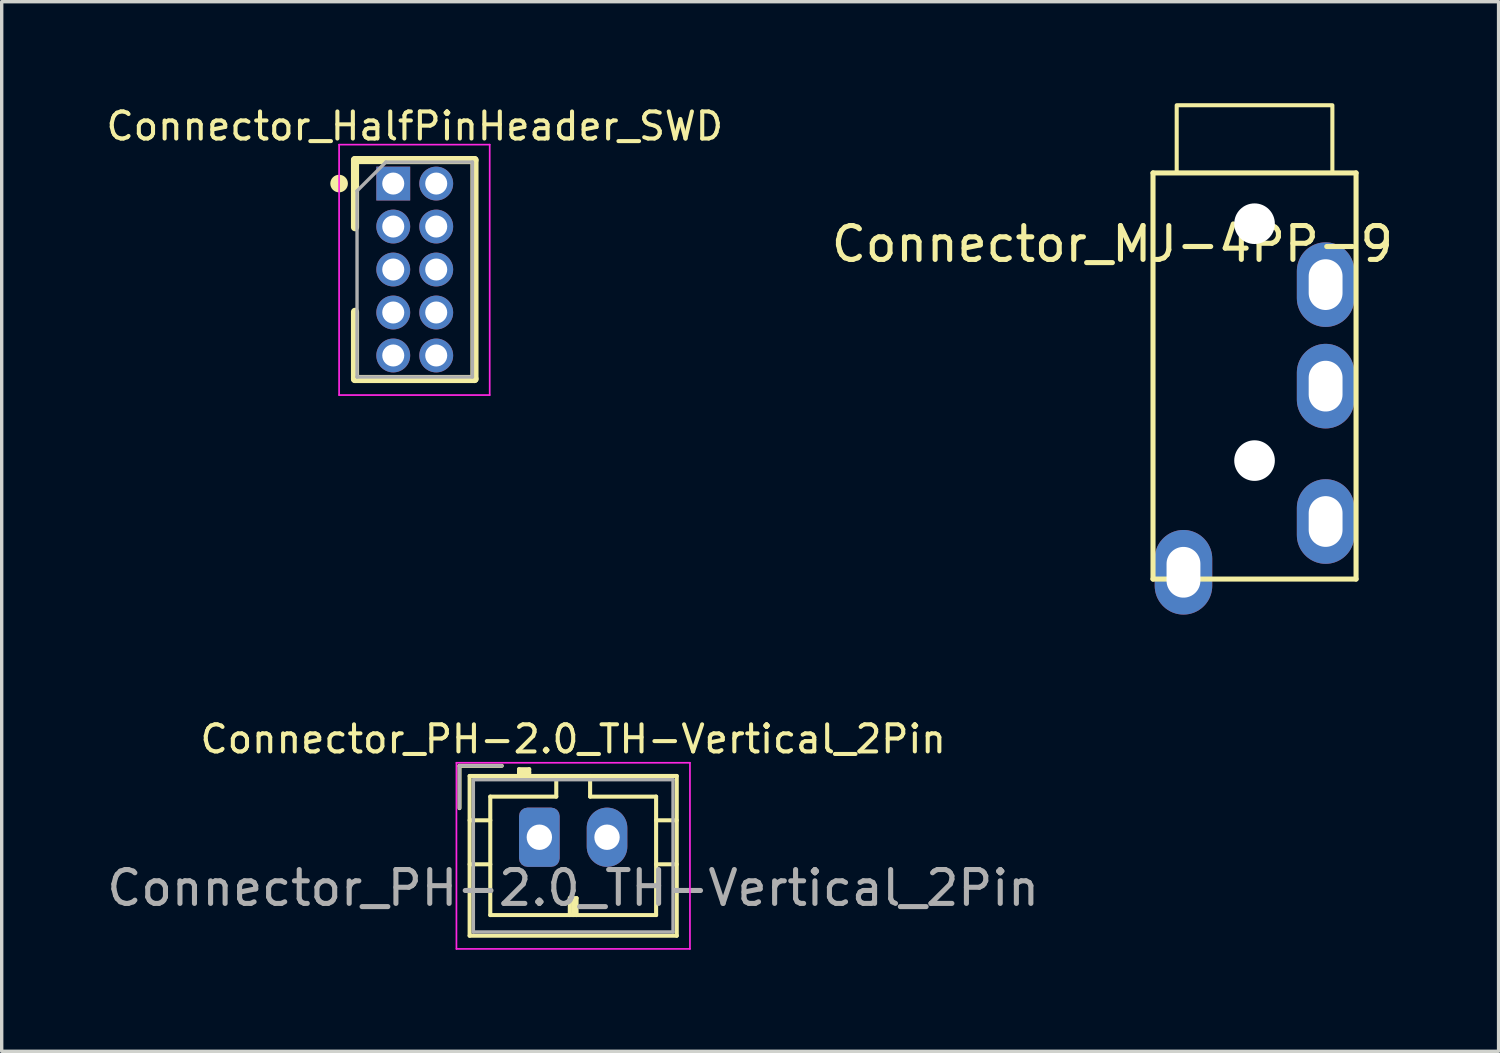
<source format=kicad_pcb>
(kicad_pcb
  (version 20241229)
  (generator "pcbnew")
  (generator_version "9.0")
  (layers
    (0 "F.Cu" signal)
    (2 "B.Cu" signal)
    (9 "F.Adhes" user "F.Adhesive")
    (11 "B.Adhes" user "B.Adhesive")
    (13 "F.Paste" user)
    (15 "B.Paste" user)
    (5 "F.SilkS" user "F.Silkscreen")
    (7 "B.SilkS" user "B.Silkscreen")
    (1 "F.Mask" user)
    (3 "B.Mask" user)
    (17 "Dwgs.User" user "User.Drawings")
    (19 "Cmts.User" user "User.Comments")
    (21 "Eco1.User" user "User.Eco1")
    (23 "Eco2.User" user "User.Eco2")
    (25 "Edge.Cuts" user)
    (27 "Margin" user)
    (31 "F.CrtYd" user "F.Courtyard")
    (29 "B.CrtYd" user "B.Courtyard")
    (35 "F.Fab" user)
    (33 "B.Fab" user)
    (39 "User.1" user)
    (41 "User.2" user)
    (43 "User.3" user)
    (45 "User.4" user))
  (footprint "Connector_HalfPinHeader_SWD"
    (layer "F.Cu")
    (at 8.57 2.374)
    (property "Reference" "Connector_HalfPinHeader_SWD" (at 0.635 -1.695 0) (layer "F.SilkS") (effects (font (size 0.8 0.8) (thickness 0.12))))
    (attr through_hole)
    (fp_line (start -1.13 -0.695) (end -1.13 1.29) (stroke (width 0.24) (type solid)) (layer "F.SilkS"))
    (fp_line (start -1.13 -0.695) (end 2.4 -0.695) (stroke (width 0.24) (type solid)) (layer "F.SilkS"))
    (fp_line (start -1.13 3.79) (end -1.13 5.775) (stroke (width 0.24) (type solid)) (layer "F.SilkS"))
    (fp_line (start -1.13 5.775) (end 2.4 5.775) (stroke (width 0.24) (type solid)) (layer "F.SilkS"))
    (fp_line (start 2.4 -0.695) (end 2.4 5.775) (stroke (width 0.24) (type solid)) (layer "F.SilkS"))
    (fp_circle (center -1.6 0) (end -1.4 0) (stroke (width 0.12) (type solid)) (fill yes) (layer "F.SilkS"))
    (fp_line (start -1.6 -1.15) (end -1.6 6.25) (stroke (width 0.05) (type solid)) (layer "F.CrtYd"))
    (fp_line (start -1.6 6.25) (end 2.85 6.25) (stroke (width 0.05) (type solid)) (layer "F.CrtYd"))
    (fp_line (start 2.85 -1.15) (end -1.6 -1.15) (stroke (width 0.05) (type solid)) (layer "F.CrtYd"))
    (fp_line (start 2.85 6.25) (end 2.85 -1.15) (stroke (width 0.05) (type solid)) (layer "F.CrtYd"))
    (fp_line (start -1.07 0.217) (end -0.217 -0.635) (stroke (width 0.1) (type solid)) (layer "F.Fab"))
    (fp_line (start -1.07 5.715) (end -1.07 0.217) (stroke (width 0.1) (type solid)) (layer "F.Fab"))
    (fp_line (start -0.217 -0.635) (end 2.34 -0.635) (stroke (width 0.1) (type solid)) (layer "F.Fab"))
    (fp_line (start 2.34 -0.635) (end 2.34 5.715) (stroke (width 0.1) (type solid)) (layer "F.Fab"))
    (fp_line (start 2.34 5.715) (end -1.07 5.715) (stroke (width 0.1) (type solid)) (layer "F.Fab"))
    (pad "1" thru_hole rect (at 0 0) (size 1 1) (drill 0.65) (layers "*.Cu" "*.Mask"))
    (pad "2" thru_hole oval (at 1.27 0) (size 1 1) (drill 0.65) (layers "*.Cu" "*.Mask"))
    (pad "3" thru_hole oval (at 0 1.27) (size 1 1) (drill 0.65) (layers "*.Cu" "*.Mask"))
    (pad "4" thru_hole oval (at 1.27 1.27) (size 1 1) (drill 0.65) (layers "*.Cu" "*.Mask"))
    (pad "5" thru_hole oval (at 0 2.54) (size 1 1) (drill 0.65) (layers "*.Cu" "*.Mask"))
    (pad "6" thru_hole oval (at 1.27 2.54) (size 1 1) (drill 0.65) (layers "*.Cu" "*.Mask"))
    (pad "7" thru_hole oval (at 0 3.81) (size 1 1) (drill 0.65) (layers "*.Cu" "*.Mask"))
    (pad "8" thru_hole oval (at 1.27 3.81) (size 1 1) (drill 0.65) (layers "*.Cu" "*.Mask"))
    (pad "9" thru_hole oval (at 0 5.08) (size 1 1) (drill 0.65) (layers "*.Cu" "*.Mask"))
    (pad "10" thru_hole oval (at 1.27 5.08) (size 1 1) (drill 0.65) (layers "*.Cu" "*.Mask")))
  (footprint "Connector_MJ-4PP-9"
    (layer "F.Cu")
    (at 34.02 2.06)
    (property "Reference" "Connector_MJ-4PP-9" (at -4.2 2.1 0) (layer "F.SilkS") (effects (font (size 1 1) (thickness 0.15))))
    (attr through_hole)
    (fp_line (start -3 0) (end 3 0) (stroke (width 0.15) (type solid)) (layer "F.SilkS"))
    (fp_line (start -3 12) (end -3 0) (stroke (width 0.15) (type solid)) (layer "F.SilkS"))
    (fp_line (start 3 0) (end 3 12) (stroke (width 0.15) (type solid)) (layer "F.SilkS"))
    (fp_line (start 3 12) (end -3 12) (stroke (width 0.15) (type solid)) (layer "F.SilkS"))
    (fp_rect (start -2.3 -2) (end 2.3 0) (stroke (width 0.12) (type default)) (fill no) (layer "F.SilkS"))
    (pad "" np_thru_hole circle (at 0 1.5) (size 1.2 1.2) (drill 1.2) (layers "*.Cu" "*.Mask"))
    (pad "" np_thru_hole circle (at 0 8.5) (size 1.2 1.2) (drill 1.2) (layers "*.Cu" "*.Mask"))
    (pad "R1" thru_hole oval (at 2.1 6.3) (size 1.7 2.5) (drill oval 1 1.5) (layers "*.Cu" "*.Mask"))
    (pad "R2" thru_hole oval (at 2.1 3.3) (size 1.7 2.5) (drill oval 1 1.5) (layers "*.Cu" "*.Mask"))
    (pad "S" thru_hole oval (at -2.1 11.8) (size 1.7 2.5) (drill oval 1 1.5) (layers "*.Cu" "*.Mask"))
    (pad "T" thru_hole oval (at 2.1 10.3) (size 1.7 2.5) (drill oval 1 1.5) (layers "*.Cu" "*.Mask")))
  (footprint "Connector_PH-2.0_TH-Vertical_2Pin"
    (layer "F.Cu")
    (at 12.887 21.689)
    (property "Reference" "Connector_PH-2.0_TH-Vertical_2Pin" (at 1 -2.9 0) (layer "F.SilkS") (effects (font (size 0.8 0.8) (thickness 0.12))))
    (attr through_hole)
    (fp_line (start -2.36 -2.11) (end -2.36 -0.86) (stroke (width 0.12) (type solid)) (layer "F.SilkS"))
    (fp_line (start -2.06 -1.81) (end -2.06 2.91) (stroke (width 0.12) (type solid)) (layer "F.SilkS"))
    (fp_line (start -2.06 -0.5) (end -1.45 -0.5) (stroke (width 0.12) (type solid)) (layer "F.SilkS"))
    (fp_line (start -2.06 0.8) (end -1.45 0.8) (stroke (width 0.12) (type solid)) (layer "F.SilkS"))
    (fp_line (start -2.06 2.91) (end 4.06 2.91) (stroke (width 0.12) (type solid)) (layer "F.SilkS"))
    (fp_line (start -1.45 -1.2) (end -1.45 2.3) (stroke (width 0.12) (type solid)) (layer "F.SilkS"))
    (fp_line (start -1.45 2.3) (end 3.45 2.3) (stroke (width 0.12) (type solid)) (layer "F.SilkS"))
    (fp_line (start -1.11 -2.11) (end -2.36 -2.11) (stroke (width 0.12) (type solid)) (layer "F.SilkS"))
    (fp_line (start -0.6 -2.01) (end -0.6 -1.81) (stroke (width 0.12) (type solid)) (layer "F.SilkS"))
    (fp_line (start -0.3 -2.01) (end -0.6 -2.01) (stroke (width 0.12) (type solid)) (layer "F.SilkS"))
    (fp_line (start -0.3 -1.91) (end -0.6 -1.91) (stroke (width 0.12) (type solid)) (layer "F.SilkS"))
    (fp_line (start -0.3 -1.81) (end -0.3 -2.01) (stroke (width 0.12) (type solid)) (layer "F.SilkS"))
    (fp_line (start 0.5 -1.81) (end 0.5 -1.2) (stroke (width 0.12) (type solid)) (layer "F.SilkS"))
    (fp_line (start 0.5 -1.2) (end -1.45 -1.2) (stroke (width 0.12) (type solid)) (layer "F.SilkS"))
    (fp_line (start 0.9 1.8) (end 1.1 1.8) (stroke (width 0.12) (type solid)) (layer "F.SilkS"))
    (fp_line (start 0.9 2.3) (end 0.9 1.8) (stroke (width 0.12) (type solid)) (layer "F.SilkS"))
    (fp_line (start 1 2.3) (end 1 1.8) (stroke (width 0.12) (type solid)) (layer "F.SilkS"))
    (fp_line (start 1.1 1.8) (end 1.1 2.3) (stroke (width 0.12) (type solid)) (layer "F.SilkS"))
    (fp_line (start 1.5 -1.2) (end 1.5 -1.81) (stroke (width 0.12) (type solid)) (layer "F.SilkS"))
    (fp_line (start 3.45 -1.2) (end 1.5 -1.2) (stroke (width 0.12) (type solid)) (layer "F.SilkS"))
    (fp_line (start 3.45 2.3) (end 3.45 -1.2) (stroke (width 0.12) (type solid)) (layer "F.SilkS"))
    (fp_line (start 4.06 -1.81) (end -2.06 -1.81) (stroke (width 0.12) (type solid)) (layer "F.SilkS"))
    (fp_line (start 4.06 -0.5) (end 3.45 -0.5) (stroke (width 0.12) (type solid)) (layer "F.SilkS"))
    (fp_line (start 4.06 0.8) (end 3.45 0.8) (stroke (width 0.12) (type solid)) (layer "F.SilkS"))
    (fp_line (start 4.06 2.91) (end 4.06 -1.81) (stroke (width 0.12) (type solid)) (layer "F.SilkS"))
    (fp_line (start -2.45 -2.2) (end -2.45 3.3) (stroke (width 0.05) (type solid)) (layer "F.CrtYd"))
    (fp_line (start -2.45 3.3) (end 4.45 3.3) (stroke (width 0.05) (type solid)) (layer "F.CrtYd"))
    (fp_line (start 4.45 -2.2) (end -2.45 -2.2) (stroke (width 0.05) (type solid)) (layer "F.CrtYd"))
    (fp_line (start 4.45 3.3) (end 4.45 -2.2) (stroke (width 0.05) (type solid)) (layer "F.CrtYd"))
    (fp_line (start -2.36 -2.11) (end -2.36 -0.86) (stroke (width 0.1) (type solid)) (layer "F.Fab"))
    (fp_line (start -1.95 -1.7) (end -1.95 2.8) (stroke (width 0.1) (type solid)) (layer "F.Fab"))
    (fp_line (start -1.95 2.8) (end 3.95 2.8) (stroke (width 0.1) (type solid)) (layer "F.Fab"))
    (fp_line (start -1.11 -2.11) (end -2.36 -2.11) (stroke (width 0.1) (type solid)) (layer "F.Fab"))
    (fp_line (start 3.95 -1.7) (end -1.95 -1.7) (stroke (width 0.1) (type solid)) (layer "F.Fab"))
    (fp_line (start 3.95 2.8) (end 3.95 -1.7) (stroke (width 0.1) (type solid)) (layer "F.Fab"))
    (fp_text user "${REFERENCE}" (at 1 1.5 0) (layer "F.Fab") (effects (font (size 1 1) (thickness 0.15))))
    (pad "1" thru_hole roundrect (at 0 0) (size 1.2 1.75) (drill 0.75) (layers "*.Cu" "*.Mask") (roundrect_rratio 0.208))
    (pad "2" thru_hole oval (at 2 0) (size 1.2 1.75) (drill 0.75) (layers "*.Cu" "*.Mask")))
  (gr_rect
    (start -3 -3)
    (end 41.231 28.014)
    (stroke (width 0.1) (type default))
    (fill no)
    (layer "Edge.Cuts")))
</source>
